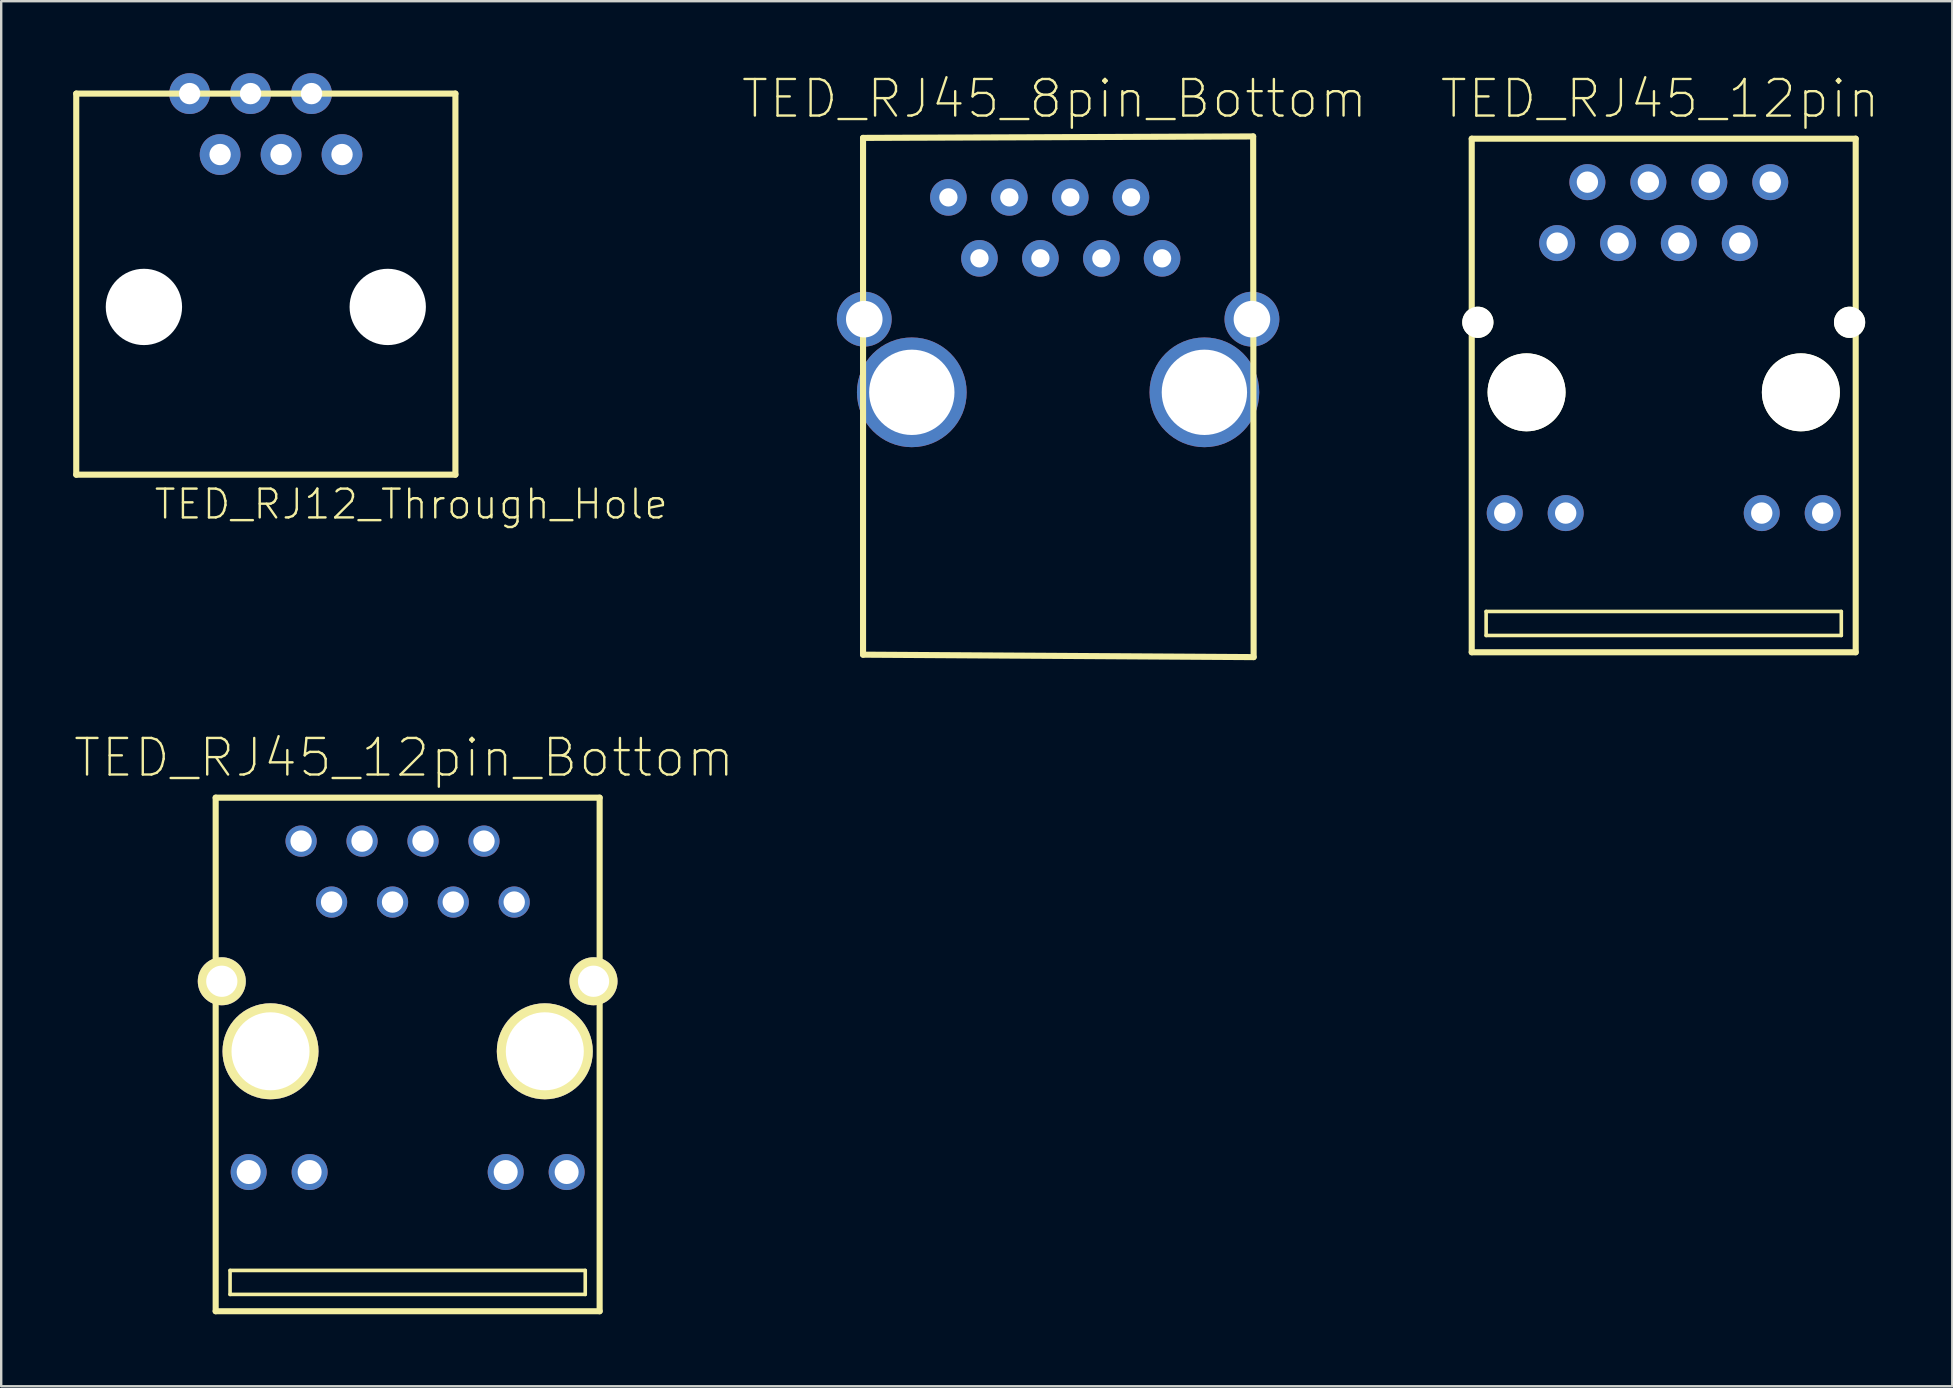
<source format=kicad_pcb>
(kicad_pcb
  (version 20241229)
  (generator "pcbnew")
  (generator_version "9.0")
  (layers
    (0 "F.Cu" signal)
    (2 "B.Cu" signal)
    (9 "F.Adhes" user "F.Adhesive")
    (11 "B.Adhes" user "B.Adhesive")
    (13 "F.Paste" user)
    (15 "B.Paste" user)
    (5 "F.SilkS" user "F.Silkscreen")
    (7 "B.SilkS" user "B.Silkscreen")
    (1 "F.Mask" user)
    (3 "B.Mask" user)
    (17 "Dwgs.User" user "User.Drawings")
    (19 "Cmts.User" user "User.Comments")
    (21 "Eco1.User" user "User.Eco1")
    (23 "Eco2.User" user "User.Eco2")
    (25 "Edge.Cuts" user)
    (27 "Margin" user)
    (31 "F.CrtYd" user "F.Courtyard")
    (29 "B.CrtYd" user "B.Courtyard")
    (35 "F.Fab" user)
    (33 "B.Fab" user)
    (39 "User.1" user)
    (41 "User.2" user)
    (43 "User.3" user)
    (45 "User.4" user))
  (footprint "TED_RJ45_8pin_Bottom"
    (layer "F.Cu")
    (at 41.041 13.43)
    (property "Reference" "TED_RJ45_8pin_Bottom" (at -0.152 -12.365 0) (layer "F.SilkS") (effects (font (size 1.524 1.524) (thickness 0.099))))
    (attr through_hole)
    (fp_line (start -8.128 -10.734) (end 8.128 -10.795) (stroke (width 0.254) (type solid)) (layer "F.SilkS"))
    (fp_line (start -8.128 10.8) (end -8.128 -10.734) (stroke (width 0.254) (type solid)) (layer "F.SilkS"))
    (fp_line (start 8.128 -10.795) (end 8.148 10.902) (stroke (width 0.254) (type solid)) (layer "F.SilkS"))
    (fp_line (start 8.148 10.902) (end -8.128 10.8) (stroke (width 0.254) (type solid)) (layer "F.SilkS"))
    (pad "" thru_hole circle (at -8.077 -3.18) (size 2.286 2.286) (drill 1.524) (layers "F.Cu"))
    (pad "" thru_hole circle (at -6.096 -0.132) (size 4.572 4.572) (drill 3.556) (layers "F.Cu"))
    (pad "" thru_hole circle (at 6.096 -0.132) (size 4.572 4.572) (drill 3.556) (layers "F.Cu"))
    (pad "" thru_hole circle (at 8.077 -3.18) (size 2.286 2.286) (drill 1.524) (layers "F.Cu"))
    (pad "1" thru_hole circle (at 4.333 -5.715) (size 1.524 1.524) (drill 0.762) (layers "F.Cu"))
    (pad "2" thru_hole circle (at 3.038 -8.255) (size 1.524 1.524) (drill 0.762) (layers "F.Cu"))
    (pad "3" thru_hole circle (at 1.803 -5.715) (size 1.524 1.524) (drill 0.762) (layers "F.Cu"))
    (pad "4" thru_hole circle (at 0.508 -8.255) (size 1.524 1.524) (drill 0.762) (layers "F.Cu"))
    (pad "5" thru_hole circle (at -0.737 -5.715) (size 1.524 1.524) (drill 0.762) (layers "F.Cu"))
    (pad "6" thru_hole circle (at -2.032 -8.255) (size 1.524 1.524) (drill 0.762) (layers "F.Cu"))
    (pad "7" thru_hole circle (at -3.277 -5.715) (size 1.524 1.524) (drill 0.762) (layers "F.Cu"))
    (pad "8" thru_hole circle (at -4.572 -8.255) (size 1.524 1.524) (drill 0.762) (layers "F.Cu")))
  (footprint "TED_RJ45_12pin"
    (layer "F.Cu")
    (at 66.277 13.43)
    (property "Reference" "TED_RJ45_12pin" (at -0.152 -12.365 0) (layer "F.SilkS") (effects (font (size 1.524 1.524) (thickness 0.099))))
    (attr through_hole)
    (fp_line (start -8 -10.7) (end 8 -10.7) (stroke (width 0.254) (type solid)) (layer "F.SilkS"))
    (fp_line (start -8 10.7) (end -8 -10.7) (stroke (width 0.254) (type solid)) (layer "F.SilkS"))
    (fp_line (start -7.4 9) (end -7.4 10) (stroke (width 0.15) (type solid)) (layer "F.SilkS"))
    (fp_line (start -7.4 10) (end 7.4 10) (stroke (width 0.15) (type solid)) (layer "F.SilkS"))
    (fp_line (start 7.4 9) (end -7.4 9) (stroke (width 0.15) (type solid)) (layer "F.SilkS"))
    (fp_line (start 7.4 10) (end 7.4 9) (stroke (width 0.15) (type solid)) (layer "F.SilkS"))
    (fp_line (start 8 -10.7) (end 8 10.7) (stroke (width 0.254) (type solid)) (layer "F.SilkS"))
    (fp_line (start 8 10.7) (end -8 10.7) (stroke (width 0.254) (type solid)) (layer "F.SilkS"))
    (pad "" np_thru_hole circle (at -7.745 -3.05) (size 1.3 1.3) (drill 1.3) (layers "*.Mask" "B.Cu" "F.SilkS"))
    (pad "" np_thru_hole circle (at -5.715 -0.132) (size 3.25 3.25) (drill 3.25) (layers "*.Mask" "B.Cu" "F.SilkS"))
    (pad "" np_thru_hole circle (at 5.715 -0.132) (size 3.25 3.25) (drill 3.25) (layers "*.Mask" "B.Cu" "F.SilkS"))
    (pad "" np_thru_hole circle (at 7.745 -3.05) (size 1.3 1.3) (drill 1.3) (layers "*.Mask" "B.Cu" "F.SilkS"))
    (pad "1" thru_hole circle (at -4.44 -6.35) (size 1.5 1.5) (drill 0.89) (layers "*.Cu" "*.Mask"))
    (pad "2" thru_hole circle (at -3.18 -8.89) (size 1.5 1.5) (drill 0.89) (layers "*.Cu" "*.Mask"))
    (pad "3" thru_hole circle (at -1.9 -6.35) (size 1.5 1.5) (drill 0.89) (layers "*.Cu" "*.Mask"))
    (pad "4" thru_hole circle (at -0.64 -8.89) (size 1.5 1.5) (drill 0.89) (layers "*.Cu" "*.Mask"))
    (pad "5" thru_hole circle (at 0.63 -6.35) (size 1.5 1.5) (drill 0.89) (layers "*.Cu" "*.Mask"))
    (pad "6" thru_hole circle (at 1.9 -8.89) (size 1.5 1.5) (drill 0.89) (layers "*.Cu" "*.Mask"))
    (pad "7" thru_hole circle (at 3.17 -6.35) (size 1.5 1.5) (drill 0.89) (layers "*.Cu" "*.Mask"))
    (pad "8" thru_hole circle (at 4.44 -8.89) (size 1.5 1.5) (drill 0.89) (layers "*.Cu" "*.Mask"))
    (pad "9" thru_hole circle (at -6.625 4.9) (size 1.5 1.5) (drill 0.89) (layers "*.Cu" "*.Mask"))
    (pad "10" thru_hole circle (at -4.085 4.9) (size 1.5 1.5) (drill 0.89) (layers "*.Cu" "*.Mask"))
    (pad "11" thru_hole circle (at 4.085 4.9) (size 1.5 1.5) (drill 0.89) (layers "*.Cu" "*.Mask"))
    (pad "12" thru_hole circle (at 6.625 4.9) (size 1.5 1.5) (drill 0.89) (layers "*.Cu" "*.Mask")))
  (footprint "TED_RJ45_12pin_Bottom"
    (layer "F.Cu")
    (at 13.937 40.889)
    (property "Reference" "TED_RJ45_12pin_Bottom" (at -0.152 -12.365 0) (layer "F.SilkS") (effects (font (size 1.524 1.524) (thickness 0.099))))
    (attr through_hole)
    (fp_line (start -8 -10.7) (end 8 -10.7) (stroke (width 0.254) (type solid)) (layer "F.SilkS"))
    (fp_line (start -8 10.7) (end -8 -10.7) (stroke (width 0.254) (type solid)) (layer "F.SilkS"))
    (fp_line (start -7.4 9) (end -7.4 10) (stroke (width 0.15) (type solid)) (layer "F.SilkS"))
    (fp_line (start -7.4 10) (end 7.4 10) (stroke (width 0.15) (type solid)) (layer "F.SilkS"))
    (fp_line (start 7.4 9) (end -7.4 9) (stroke (width 0.15) (type solid)) (layer "F.SilkS"))
    (fp_line (start 7.4 10) (end 7.4 9) (stroke (width 0.15) (type solid)) (layer "F.SilkS"))
    (fp_line (start 8 -10.7) (end 8 10.7) (stroke (width 0.254) (type solid)) (layer "F.SilkS"))
    (fp_line (start 8 10.7) (end -8 10.7) (stroke (width 0.254) (type solid)) (layer "F.SilkS"))
    (pad "" np_thru_hole circle (at -7.745 -3.05) (size 2 2) (drill 1.3) (layers "*.Cu" "*.Mask" "F.SilkS"))
    (pad "" np_thru_hole circle (at -5.715 -0.132) (size 4 4) (drill 3.25) (layers "*.Cu" "*.Mask" "F.SilkS"))
    (pad "" np_thru_hole circle (at 5.715 -0.132) (size 4 4) (drill 3.25) (layers "*.Cu" "*.Mask" "F.SilkS"))
    (pad "" np_thru_hole circle (at 7.745 -3.05) (size 2 2) (drill 1.3) (layers "*.Cu" "*.Mask" "F.SilkS"))
    (pad "1" thru_hole circle (at 4.44 -6.35) (size 1.3 1.3) (drill 0.89) (layers "F.Cu"))
    (pad "2" thru_hole circle (at 3.18 -8.89) (size 1.3 1.3) (drill 0.89) (layers "F.Cu"))
    (pad "3" thru_hole circle (at 1.9 -6.35) (size 1.3 1.3) (drill 0.89) (layers "F.Cu"))
    (pad "4" thru_hole circle (at 0.64 -8.89) (size 1.3 1.3) (drill 0.89) (layers "F.Cu"))
    (pad "5" thru_hole circle (at -0.63 -6.35) (size 1.3 1.3) (drill 0.89) (layers "F.Cu"))
    (pad "6" thru_hole circle (at -1.9 -8.89) (size 1.3 1.3) (drill 0.89) (layers "F.Cu"))
    (pad "7" thru_hole circle (at -3.17 -6.35) (size 1.3 1.3) (drill 0.89) (layers "F.Cu"))
    (pad "8" thru_hole circle (at -4.44 -8.89) (size 1.3 1.3) (drill 0.89) (layers "F.Cu"))
    (pad "9" thru_hole circle (at 6.625 4.9) (size 1.5 1.5) (drill 1) (layers "F.Cu"))
    (pad "10" thru_hole circle (at 4.085 4.9) (size 1.5 1.5) (drill 1) (layers "F.Cu"))
    (pad "11" thru_hole circle (at -4.085 4.9) (size 1.5 1.5) (drill 1) (layers "F.Cu"))
    (pad "12" thru_hole circle (at -6.625 4.9) (size 1.5 1.5) (drill 1) (layers "F.Cu")))
  (footprint "TED_RJ12_Through_Hole"
    (layer "F.Cu")
    (at 8.027 8.79)
    (property "Reference" "TED_RJ12_Through_Hole" (at 6.06 9.17 0) (layer "F.SilkS") (effects (font (size 1.2 1.2) (thickness 0.099))))
    (attr through_hole)
    (fp_line (start -7.9 -7.94) (end 7.9 -7.94) (stroke (width 0.254) (type solid)) (layer "F.SilkS"))
    (fp_line (start -7.9 7.94) (end -7.9 -7.94) (stroke (width 0.254) (type solid)) (layer "F.SilkS"))
    (fp_line (start 7.9 -7.94) (end 7.9 7.94) (stroke (width 0.254) (type solid)) (layer "F.SilkS"))
    (fp_line (start 7.9 7.94) (end -7.9 7.94) (stroke (width 0.254) (type solid)) (layer "F.SilkS"))
    (pad "" np_thru_hole circle (at -5.08 0.95) (size 3.18 3.18) (drill 3.18) (layers "*.Cu" "*.Mask"))
    (pad "" np_thru_hole circle (at 5.08 0.95) (size 3.18 3.18) (drill 3.18) (layers "*.Cu" "*.Mask"))
    (pad "1" thru_hole circle (at -3.175 -7.94) (size 1.7 1.7) (drill 0.89) (layers "*.Cu" "*.Mask"))
    (pad "2" thru_hole circle (at -1.905 -5.4) (size 1.7 1.7) (drill 0.89) (layers "*.Cu" "*.Mask"))
    (pad "3" thru_hole circle (at -0.635 -7.94) (size 1.7 1.7) (drill 0.89) (layers "*.Cu" "*.Mask"))
    (pad "4" thru_hole circle (at 0.635 -5.4) (size 1.7 1.7) (drill 0.89) (layers "*.Cu" "*.Mask"))
    (pad "5" thru_hole circle (at 1.905 -7.94) (size 1.7 1.7) (drill 0.89) (layers "*.Cu" "*.Mask"))
    (pad "6" thru_hole circle (at 3.175 -5.4) (size 1.7 1.7) (drill 0.89) (layers "*.Cu" "*.Mask")))
  (gr_rect
    (start -3 -3)
    (end 78.301 54.716)
    (stroke (width 0.1) (type default))
    (fill no)
    (layer "Edge.Cuts")))
</source>
